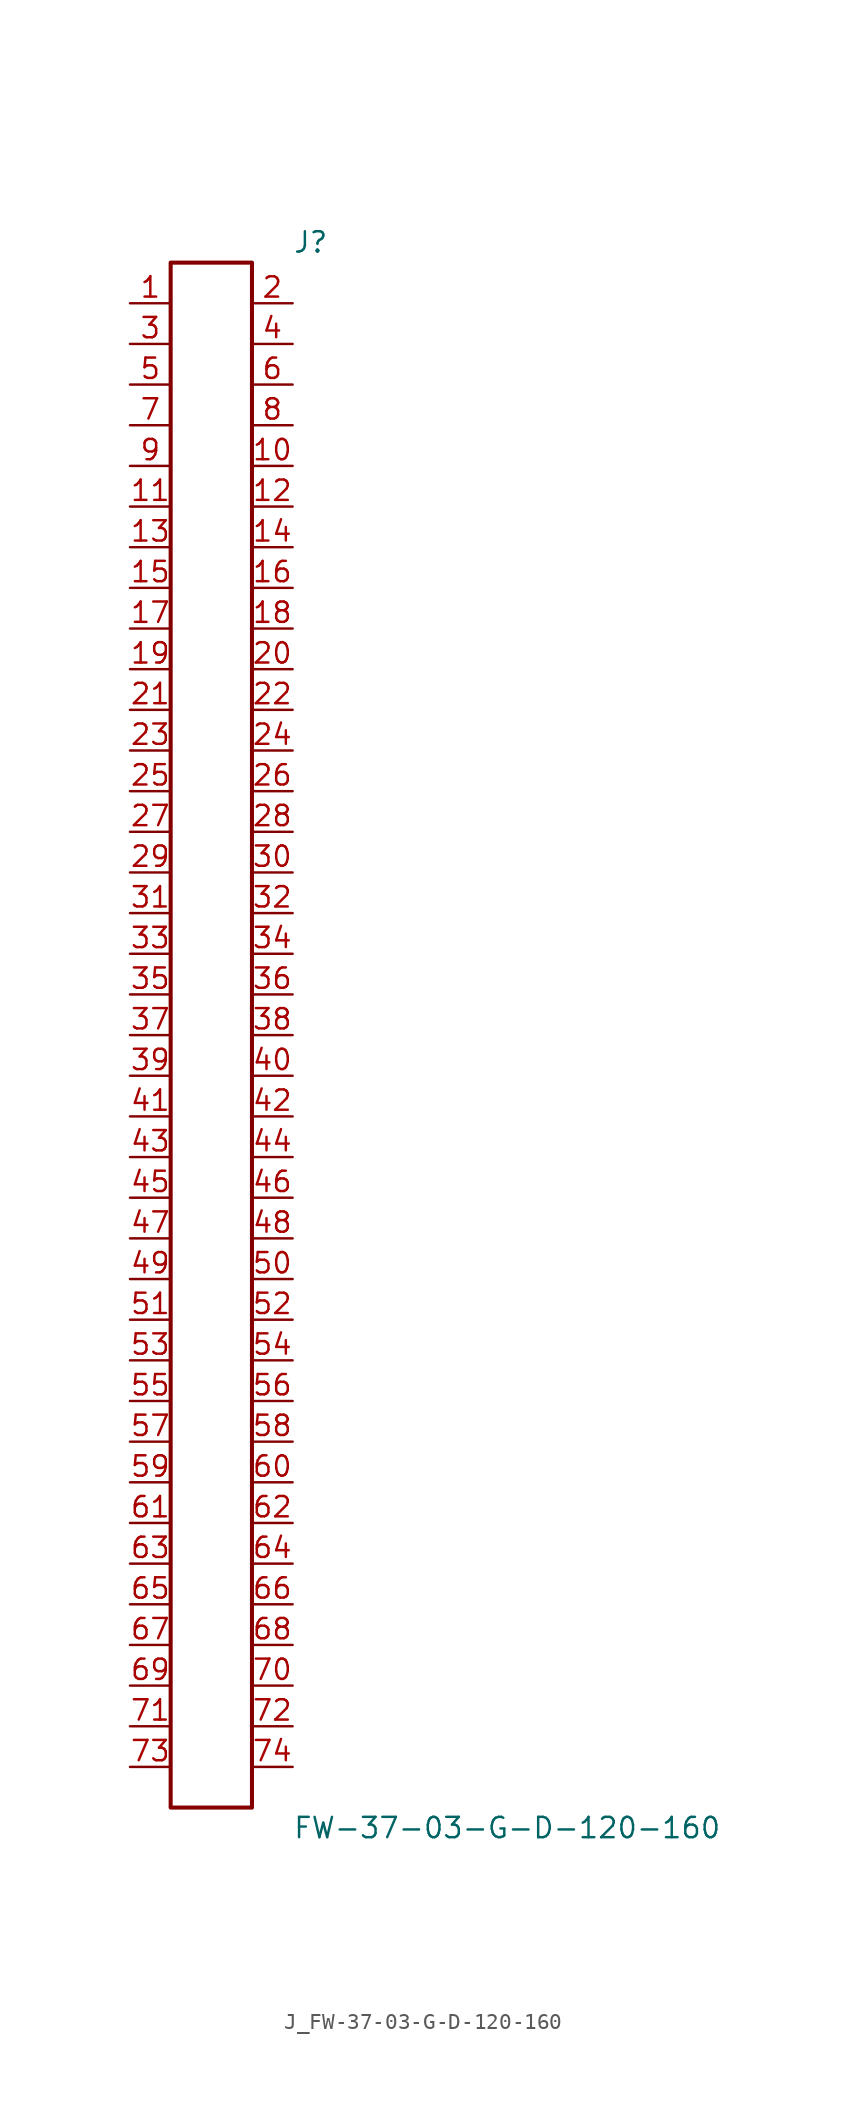
<source format=kicad_sym>
(kicad_symbol_lib
  (version 20231120)
  (generator kicad_symbol_editor)
  (generator_version 8.0)
  (symbol "J_FW-37-03-G-D-120-160"
    (pin_names
      (offset 0.254))
    (property "Reference" "J"
      (at 5.08 49.53 0)
      (effects (font (size 1.27 1.27)) (justify left)))
    (property "Value" "FW-37-03-G-D-120-160"
      (at 5.08 -49.53 0)
      (effects (font (size 1.27 1.27)) (justify left)))
    (symbol "J_FW-37-03-G-D-120-160_0_0"
      (pin passive line (at -5.08 45.72 0) (length 2.54) (name "" (effects (font (size 1.27 1.27)))) (number "1" (effects (font (size 1.27 1.27)))))
      (pin passive line (at 5.08 45.72 180) (length 2.54) (name "" (effects (font (size 1.27 1.27)))) (number "2" (effects (font (size 1.27 1.27)))))
      (pin passive line (at -5.08 43.18 0) (length 2.54) (name "" (effects (font (size 1.27 1.27)))) (number "3" (effects (font (size 1.27 1.27)))))
      (pin passive line (at 5.08 43.18 180) (length 2.54) (name "" (effects (font (size 1.27 1.27)))) (number "4" (effects (font (size 1.27 1.27)))))
      (pin passive line (at -5.08 40.64 0) (length 2.54) (name "" (effects (font (size 1.27 1.27)))) (number "5" (effects (font (size 1.27 1.27)))))
      (pin passive line (at 5.08 40.64 180) (length 2.54) (name "" (effects (font (size 1.27 1.27)))) (number "6" (effects (font (size 1.27 1.27)))))
      (pin passive line (at -5.08 38.1 0) (length 2.54) (name "" (effects (font (size 1.27 1.27)))) (number "7" (effects (font (size 1.27 1.27)))))
      (pin passive line (at 5.08 38.1 180) (length 2.54) (name "" (effects (font (size 1.27 1.27)))) (number "8" (effects (font (size 1.27 1.27)))))
      (pin passive line (at -5.08 35.56 0) (length 2.54) (name "" (effects (font (size 1.27 1.27)))) (number "9" (effects (font (size 1.27 1.27)))))
      (pin passive line (at 5.08 35.56 180) (length 2.54) (name "" (effects (font (size 1.27 1.27)))) (number "10" (effects (font (size 1.27 1.27)))))
      (pin passive line (at -5.08 33.02 0) (length 2.54) (name "" (effects (font (size 1.27 1.27)))) (number "11" (effects (font (size 1.27 1.27)))))
      (pin passive line (at 5.08 33.02 180) (length 2.54) (name "" (effects (font (size 1.27 1.27)))) (number "12" (effects (font (size 1.27 1.27)))))
      (pin passive line (at -5.08 30.48 0) (length 2.54) (name "" (effects (font (size 1.27 1.27)))) (number "13" (effects (font (size 1.27 1.27)))))
      (pin passive line (at 5.08 30.48 180) (length 2.54) (name "" (effects (font (size 1.27 1.27)))) (number "14" (effects (font (size 1.27 1.27)))))
      (pin passive line (at -5.08 27.94 0) (length 2.54) (name "" (effects (font (size 1.27 1.27)))) (number "15" (effects (font (size 1.27 1.27)))))
      (pin passive line (at 5.08 27.94 180) (length 2.54) (name "" (effects (font (size 1.27 1.27)))) (number "16" (effects (font (size 1.27 1.27)))))
      (pin passive line (at -5.08 25.4 0) (length 2.54) (name "" (effects (font (size 1.27 1.27)))) (number "17" (effects (font (size 1.27 1.27)))))
      (pin passive line (at 5.08 25.4 180) (length 2.54) (name "" (effects (font (size 1.27 1.27)))) (number "18" (effects (font (size 1.27 1.27)))))
      (pin passive line (at -5.08 22.86 0) (length 2.54) (name "" (effects (font (size 1.27 1.27)))) (number "19" (effects (font (size 1.27 1.27)))))
      (pin passive line (at 5.08 22.86 180) (length 2.54) (name "" (effects (font (size 1.27 1.27)))) (number "20" (effects (font (size 1.27 1.27)))))
      (pin passive line (at -5.08 20.32 0) (length 2.54) (name "" (effects (font (size 1.27 1.27)))) (number "21" (effects (font (size 1.27 1.27)))))
      (pin passive line (at 5.08 20.32 180) (length 2.54) (name "" (effects (font (size 1.27 1.27)))) (number "22" (effects (font (size 1.27 1.27)))))
      (pin passive line (at -5.08 17.78 0) (length 2.54) (name "" (effects (font (size 1.27 1.27)))) (number "23" (effects (font (size 1.27 1.27)))))
      (pin passive line (at 5.08 17.78 180) (length 2.54) (name "" (effects (font (size 1.27 1.27)))) (number "24" (effects (font (size 1.27 1.27)))))
      (pin passive line (at -5.08 15.24 0) (length 2.54) (name "" (effects (font (size 1.27 1.27)))) (number "25" (effects (font (size 1.27 1.27)))))
      (pin passive line (at 5.08 15.24 180) (length 2.54) (name "" (effects (font (size 1.27 1.27)))) (number "26" (effects (font (size 1.27 1.27)))))
      (pin passive line (at -5.08 12.7 0) (length 2.54) (name "" (effects (font (size 1.27 1.27)))) (number "27" (effects (font (size 1.27 1.27)))))
      (pin passive line (at 5.08 12.7 180) (length 2.54) (name "" (effects (font (size 1.27 1.27)))) (number "28" (effects (font (size 1.27 1.27)))))
      (pin passive line (at -5.08 10.16 0) (length 2.54) (name "" (effects (font (size 1.27 1.27)))) (number "29" (effects (font (size 1.27 1.27)))))
      (pin passive line (at 5.08 10.16 180) (length 2.54) (name "" (effects (font (size 1.27 1.27)))) (number "30" (effects (font (size 1.27 1.27)))))
      (pin passive line (at -5.08 7.62 0) (length 2.54) (name "" (effects (font (size 1.27 1.27)))) (number "31" (effects (font (size 1.27 1.27)))))
      (pin passive line (at 5.08 7.62 180) (length 2.54) (name "" (effects (font (size 1.27 1.27)))) (number "32" (effects (font (size 1.27 1.27)))))
      (pin passive line (at -5.08 5.08 0) (length 2.54) (name "" (effects (font (size 1.27 1.27)))) (number "33" (effects (font (size 1.27 1.27)))))
      (pin passive line (at 5.08 5.08 180) (length 2.54) (name "" (effects (font (size 1.27 1.27)))) (number "34" (effects (font (size 1.27 1.27)))))
      (pin passive line (at -5.08 2.54 0) (length 2.54) (name "" (effects (font (size 1.27 1.27)))) (number "35" (effects (font (size 1.27 1.27)))))
      (pin passive line (at 5.08 2.54 180) (length 2.54) (name "" (effects (font (size 1.27 1.27)))) (number "36" (effects (font (size 1.27 1.27)))))
      (pin passive line (at -5.08 0.0 0) (length 2.54) (name "" (effects (font (size 1.27 1.27)))) (number "37" (effects (font (size 1.27 1.27)))))
      (pin passive line (at 5.08 0.0 180) (length 2.54) (name "" (effects (font (size 1.27 1.27)))) (number "38" (effects (font (size 1.27 1.27)))))
      (pin passive line (at -5.08 -2.54 0) (length 2.54) (name "" (effects (font (size 1.27 1.27)))) (number "39" (effects (font (size 1.27 1.27)))))
      (pin passive line (at 5.08 -2.54 180) (length 2.54) (name "" (effects (font (size 1.27 1.27)))) (number "40" (effects (font (size 1.27 1.27)))))
      (pin passive line (at -5.08 -5.08 0) (length 2.54) (name "" (effects (font (size 1.27 1.27)))) (number "41" (effects (font (size 1.27 1.27)))))
      (pin passive line (at 5.08 -5.08 180) (length 2.54) (name "" (effects (font (size 1.27 1.27)))) (number "42" (effects (font (size 1.27 1.27)))))
      (pin passive line (at -5.08 -7.62 0) (length 2.54) (name "" (effects (font (size 1.27 1.27)))) (number "43" (effects (font (size 1.27 1.27)))))
      (pin passive line (at 5.08 -7.62 180) (length 2.54) (name "" (effects (font (size 1.27 1.27)))) (number "44" (effects (font (size 1.27 1.27)))))
      (pin passive line (at -5.08 -10.16 0) (length 2.54) (name "" (effects (font (size 1.27 1.27)))) (number "45" (effects (font (size 1.27 1.27)))))
      (pin passive line (at 5.08 -10.16 180) (length 2.54) (name "" (effects (font (size 1.27 1.27)))) (number "46" (effects (font (size 1.27 1.27)))))
      (pin passive line (at -5.08 -12.7 0) (length 2.54) (name "" (effects (font (size 1.27 1.27)))) (number "47" (effects (font (size 1.27 1.27)))))
      (pin passive line (at 5.08 -12.7 180) (length 2.54) (name "" (effects (font (size 1.27 1.27)))) (number "48" (effects (font (size 1.27 1.27)))))
      (pin passive line (at -5.08 -15.24 0) (length 2.54) (name "" (effects (font (size 1.27 1.27)))) (number "49" (effects (font (size 1.27 1.27)))))
      (pin passive line (at 5.08 -15.24 180) (length 2.54) (name "" (effects (font (size 1.27 1.27)))) (number "50" (effects (font (size 1.27 1.27)))))
      (pin passive line (at -5.08 -17.78 0) (length 2.54) (name "" (effects (font (size 1.27 1.27)))) (number "51" (effects (font (size 1.27 1.27)))))
      (pin passive line (at 5.08 -17.78 180) (length 2.54) (name "" (effects (font (size 1.27 1.27)))) (number "52" (effects (font (size 1.27 1.27)))))
      (pin passive line (at -5.08 -20.32 0) (length 2.54) (name "" (effects (font (size 1.27 1.27)))) (number "53" (effects (font (size 1.27 1.27)))))
      (pin passive line (at 5.08 -20.32 180) (length 2.54) (name "" (effects (font (size 1.27 1.27)))) (number "54" (effects (font (size 1.27 1.27)))))
      (pin passive line (at -5.08 -22.86 0) (length 2.54) (name "" (effects (font (size 1.27 1.27)))) (number "55" (effects (font (size 1.27 1.27)))))
      (pin passive line (at 5.08 -22.86 180) (length 2.54) (name "" (effects (font (size 1.27 1.27)))) (number "56" (effects (font (size 1.27 1.27)))))
      (pin passive line (at -5.08 -25.4 0) (length 2.54) (name "" (effects (font (size 1.27 1.27)))) (number "57" (effects (font (size 1.27 1.27)))))
      (pin passive line (at 5.08 -25.4 180) (length 2.54) (name "" (effects (font (size 1.27 1.27)))) (number "58" (effects (font (size 1.27 1.27)))))
      (pin passive line (at -5.08 -27.94 0) (length 2.54) (name "" (effects (font (size 1.27 1.27)))) (number "59" (effects (font (size 1.27 1.27)))))
      (pin passive line (at 5.08 -27.94 180) (length 2.54) (name "" (effects (font (size 1.27 1.27)))) (number "60" (effects (font (size 1.27 1.27)))))
      (pin passive line (at -5.08 -30.48 0) (length 2.54) (name "" (effects (font (size 1.27 1.27)))) (number "61" (effects (font (size 1.27 1.27)))))
      (pin passive line (at 5.08 -30.48 180) (length 2.54) (name "" (effects (font (size 1.27 1.27)))) (number "62" (effects (font (size 1.27 1.27)))))
      (pin passive line (at -5.08 -33.02 0) (length 2.54) (name "" (effects (font (size 1.27 1.27)))) (number "63" (effects (font (size 1.27 1.27)))))
      (pin passive line (at 5.08 -33.02 180) (length 2.54) (name "" (effects (font (size 1.27 1.27)))) (number "64" (effects (font (size 1.27 1.27)))))
      (pin passive line (at -5.08 -35.56 0) (length 2.54) (name "" (effects (font (size 1.27 1.27)))) (number "65" (effects (font (size 1.27 1.27)))))
      (pin passive line (at 5.08 -35.56 180) (length 2.54) (name "" (effects (font (size 1.27 1.27)))) (number "66" (effects (font (size 1.27 1.27)))))
      (pin passive line (at -5.08 -38.1 0) (length 2.54) (name "" (effects (font (size 1.27 1.27)))) (number "67" (effects (font (size 1.27 1.27)))))
      (pin passive line (at 5.08 -38.1 180) (length 2.54) (name "" (effects (font (size 1.27 1.27)))) (number "68" (effects (font (size 1.27 1.27)))))
      (pin passive line (at -5.08 -40.64 0) (length 2.54) (name "" (effects (font (size 1.27 1.27)))) (number "69" (effects (font (size 1.27 1.27)))))
      (pin passive line (at 5.08 -40.64 180) (length 2.54) (name "" (effects (font (size 1.27 1.27)))) (number "70" (effects (font (size 1.27 1.27)))))
      (pin passive line (at -5.08 -43.18 0) (length 2.54) (name "" (effects (font (size 1.27 1.27)))) (number "71" (effects (font (size 1.27 1.27)))))
      (pin passive line (at 5.08 -43.18 180) (length 2.54) (name "" (effects (font (size 1.27 1.27)))) (number "72" (effects (font (size 1.27 1.27)))))
      (pin passive line (at -5.08 -45.72 0) (length 2.54) (name "" (effects (font (size 1.27 1.27)))) (number "73" (effects (font (size 1.27 1.27)))))
      (pin passive line (at 5.08 -45.72 180) (length 2.54) (name "" (effects (font (size 1.27 1.27)))) (number "74" (effects (font (size 1.27 1.27))))))
    (symbol "J_FW-37-03-G-D-120-160_1_0"
      (rectangle (start -2.54 48.26) (end 2.54 -48.26) (stroke (width 0.254) (type solid)) (fill (type none))))))
</source>
